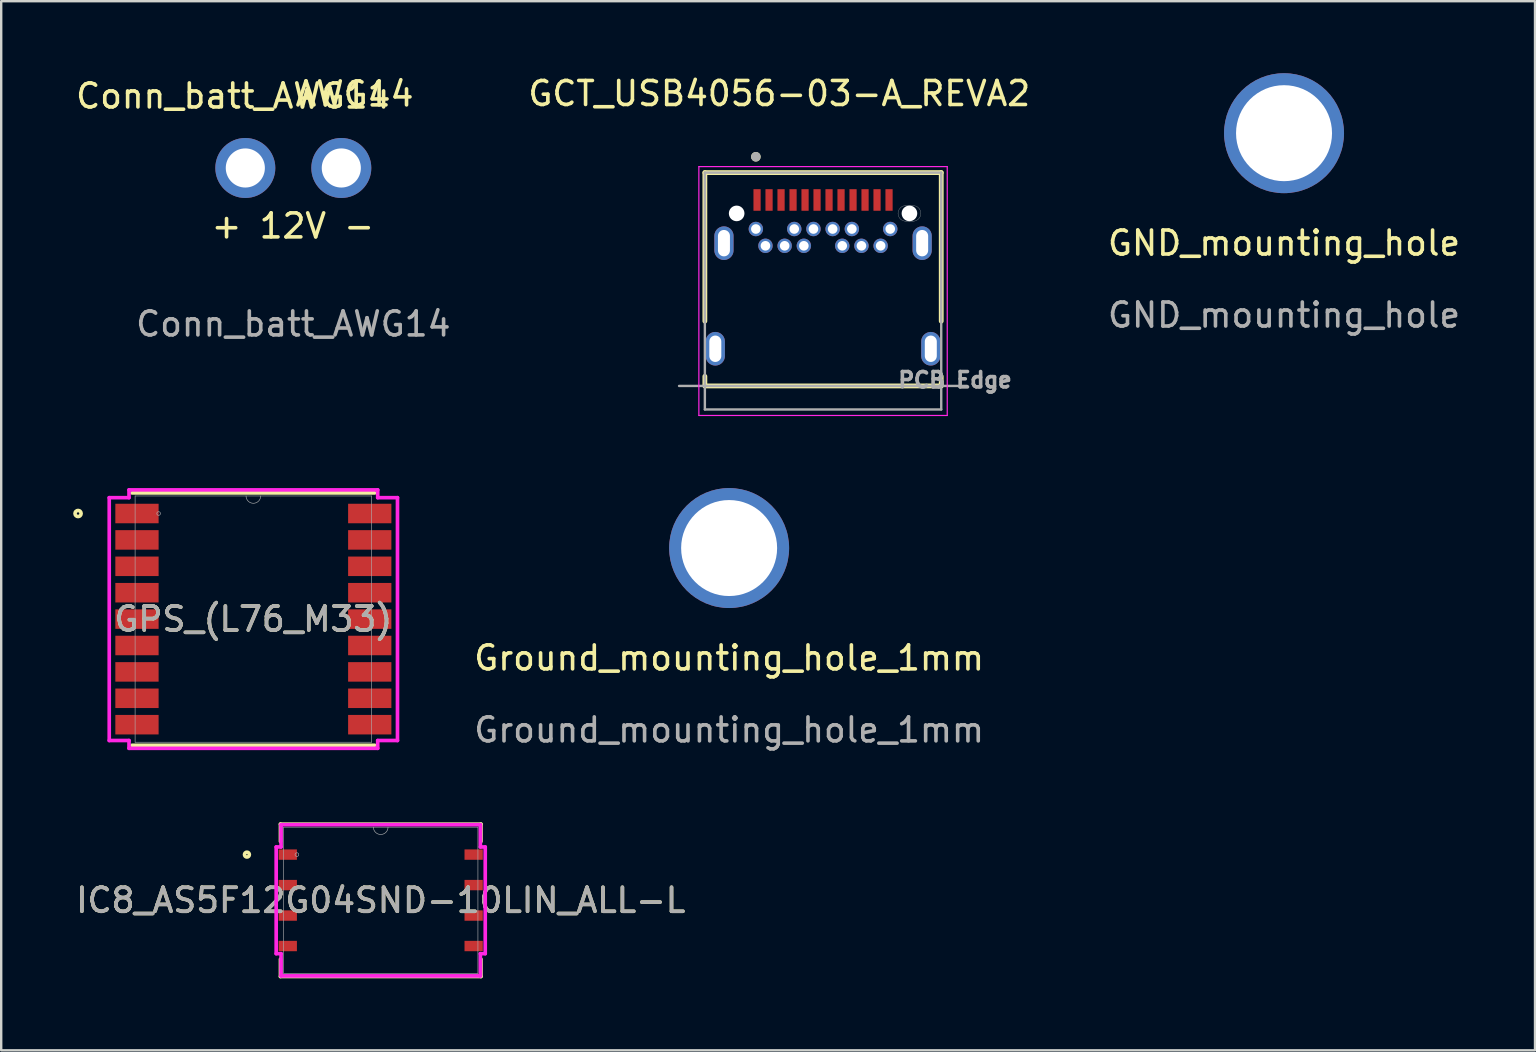
<source format=kicad_pcb>
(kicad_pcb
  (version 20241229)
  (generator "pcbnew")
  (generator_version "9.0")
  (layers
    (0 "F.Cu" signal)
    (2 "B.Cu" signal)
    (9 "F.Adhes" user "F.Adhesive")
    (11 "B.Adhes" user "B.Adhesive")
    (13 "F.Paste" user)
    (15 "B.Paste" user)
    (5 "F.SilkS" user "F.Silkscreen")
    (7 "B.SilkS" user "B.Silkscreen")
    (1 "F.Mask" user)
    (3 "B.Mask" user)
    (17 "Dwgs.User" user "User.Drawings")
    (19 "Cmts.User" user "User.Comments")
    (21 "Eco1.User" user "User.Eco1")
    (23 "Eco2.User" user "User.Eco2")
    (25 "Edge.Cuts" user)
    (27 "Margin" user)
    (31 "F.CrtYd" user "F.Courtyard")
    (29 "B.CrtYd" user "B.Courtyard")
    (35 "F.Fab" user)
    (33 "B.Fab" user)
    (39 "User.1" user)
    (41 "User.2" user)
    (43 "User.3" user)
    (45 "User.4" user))
  (footprint "IC8_AS5F12G04SND-10LIN_ALL-L"
    (layer "F.Cu")
    (at 12.815 34.468)
    (property "Reference" "IC8_AS5F12G04SND-10LIN_ALL-L" (at 0 0 0) (unlocked yes) (layer "F.SilkS") (effects (font (size 1 1) (thickness 0.15))))
    (attr smd)
    (fp_line (start -4.178 -3.175) (end -4.178 -2.454) (stroke (width 0.152) (type solid)) (layer "F.SilkS"))
    (fp_line (start -4.178 2.454) (end -4.178 3.175) (stroke (width 0.152) (type solid)) (layer "F.SilkS"))
    (fp_line (start -4.178 3.175) (end 4.178 3.175) (stroke (width 0.152) (type solid)) (layer "F.SilkS"))
    (fp_line (start 4.178 -3.175) (end -4.178 -3.175) (stroke (width 0.152) (type solid)) (layer "F.SilkS"))
    (fp_line (start 4.178 -2.454) (end 4.178 -3.175) (stroke (width 0.152) (type solid)) (layer "F.SilkS"))
    (fp_line (start 4.178 3.175) (end 4.178 2.454) (stroke (width 0.152) (type solid)) (layer "F.SilkS"))
    (fp_circle (center -5.575 -1.905) (end -5.474 -1.905) (stroke (width 0.152) (type solid)) (fill no) (layer "F.SilkS"))
    (fp_line (start -4.356 -2.223) (end -4.153 -2.223) (stroke (width 0.152) (type solid)) (layer "F.CrtYd"))
    (fp_line (start -4.356 2.223) (end -4.356 -2.223) (stroke (width 0.152) (type solid)) (layer "F.CrtYd"))
    (fp_line (start -4.356 2.223) (end -4.153 2.223) (stroke (width 0.152) (type solid)) (layer "F.CrtYd"))
    (fp_line (start -4.153 -3.15) (end 4.153 -3.15) (stroke (width 0.152) (type solid)) (layer "F.CrtYd"))
    (fp_line (start -4.153 -2.223) (end -4.153 -3.15) (stroke (width 0.152) (type solid)) (layer "F.CrtYd"))
    (fp_line (start -4.153 3.15) (end -4.153 2.223) (stroke (width 0.152) (type solid)) (layer "F.CrtYd"))
    (fp_line (start 4.153 -3.15) (end 4.153 -2.223) (stroke (width 0.152) (type solid)) (layer "F.CrtYd"))
    (fp_line (start 4.153 2.223) (end 4.153 3.15) (stroke (width 0.152) (type solid)) (layer "F.CrtYd"))
    (fp_line (start 4.153 3.15) (end -4.153 3.15) (stroke (width 0.152) (type solid)) (layer "F.CrtYd"))
    (fp_line (start 4.356 -2.223) (end 4.153 -2.223) (stroke (width 0.152) (type solid)) (layer "F.CrtYd"))
    (fp_line (start 4.356 -2.223) (end 4.356 2.223) (stroke (width 0.152) (type solid)) (layer "F.CrtYd"))
    (fp_line (start 4.356 2.223) (end 4.153 2.223) (stroke (width 0.152) (type solid)) (layer "F.CrtYd"))
    (fp_line (start -4.051 -3.048) (end -4.051 3.048) (stroke (width 0.025) (type solid)) (layer "F.Fab"))
    (fp_line (start -4.051 3.048) (end 4.051 3.048) (stroke (width 0.025) (type solid)) (layer "F.Fab"))
    (fp_line (start 4.051 -3.048) (end -4.051 -3.048) (stroke (width 0.025) (type solid)) (layer "F.Fab"))
    (fp_line (start 4.051 3.048) (end 4.051 -3.048) (stroke (width 0.025) (type solid)) (layer "F.Fab"))
    (fp_arc (start 0.3048 -3.048) (mid 0 -2.7432) (end -0.3048 -3.048) (stroke (width 0.0254) (type solid)) (layer "F.Fab"))
    (fp_circle (center -3.493 -1.905) (end -3.416 -1.905) (stroke (width 0.025) (type solid)) (fill no) (layer "F.Fab"))
    (fp_text user "${REFERENCE}" (at 0 0 0) (unlocked yes) (layer "F.Fab") (effects (font (size 1 1) (thickness 0.15))))
    (pad "1" smd rect (at -3.873 -1.905) (size 0.762 0.432) (layers "F.Cu" "F.Mask" "F.Paste"))
    (pad "2" smd rect (at -3.873 -0.635) (size 0.762 0.432) (layers "F.Cu" "F.Mask" "F.Paste"))
    (pad "3" smd rect (at -3.873 0.635) (size 0.762 0.432) (layers "F.Cu" "F.Mask" "F.Paste"))
    (pad "4" smd rect (at -3.873 1.905) (size 0.762 0.432) (layers "F.Cu" "F.Mask" "F.Paste"))
    (pad "5" smd rect (at 3.873 1.905) (size 0.762 0.432) (layers "F.Cu" "F.Mask" "F.Paste"))
    (pad "6" smd rect (at 3.873 0.635) (size 0.762 0.432) (layers "F.Cu" "F.Mask" "F.Paste"))
    (pad "7" smd rect (at 3.873 -0.635) (size 0.762 0.432) (layers "F.Cu" "F.Mask" "F.Paste"))
    (pad "8" smd rect (at 3.873 -1.905) (size 0.762 0.432) (layers "F.Cu" "F.Mask" "F.Paste")))
  (footprint "GCT_USB4056-03-A_REVA2"
    (layer "F.Cu")
    (at 31.248 11.483)
    (property "Reference" "GCT_USB4056-03-A_REVA2" (at -1.825 -10.635 0) (layer "F.SilkS") (effects (font (size 1 1) (thickness 0.15))))
    (attr through_hole)
    (fp_poly (pts (xy 3.025 -5.64) (xy 3.026 -5.662) (xy 3.027 -5.684) (xy 3.03 -5.706) (xy 3.034 -5.728) (xy 3.039 -5.75) (xy 3.046 -5.771) (xy 3.053 -5.792) (xy 3.062 -5.813) (xy 3.071 -5.833) (xy 3.082 -5.853) (xy 3.094 -5.871) (xy 3.106 -5.89) (xy 3.12 -5.907) (xy 3.134 -5.924) (xy 3.149 -5.941) (xy 3.166 -5.956) (xy 3.183 -5.97) (xy 3.2 -5.984) (xy 3.219 -5.996) (xy 3.237 -6.008) (xy 3.257 -6.019) (xy 3.277 -6.028) (xy 3.298 -6.037) (xy 3.319 -6.044) (xy 3.34 -6.051) (xy 3.362 -6.056) (xy 3.384 -6.06) (xy 3.406 -6.063) (xy 3.428 -6.064) (xy 3.45 -6.065) (xy 3.75 -6.065) (xy 3.772 -6.064) (xy 3.794 -6.063) (xy 3.816 -6.06) (xy 3.838 -6.056) (xy 3.86 -6.051) (xy 3.881 -6.044) (xy 3.902 -6.037) (xy 3.923 -6.028) (xy 3.943 -6.019) (xy 3.962 -6.008) (xy 3.981 -5.996) (xy 4 -5.984) (xy 4.017 -5.97) (xy 4.034 -5.956) (xy 4.051 -5.941) (xy 4.066 -5.924) (xy 4.08 -5.907) (xy 4.094 -5.89) (xy 4.106 -5.871) (xy 4.118 -5.853) (xy 4.129 -5.833) (xy 4.138 -5.813) (xy 4.147 -5.792) (xy 4.154 -5.771) (xy 4.161 -5.75) (xy 4.166 -5.728) (xy 4.17 -5.706) (xy 4.173 -5.684) (xy 4.174 -5.662) (xy 4.175 -5.64) (xy 4.174 -5.618) (xy 4.173 -5.596) (xy 4.17 -5.574) (xy 4.166 -5.552) (xy 4.161 -5.53) (xy 4.154 -5.509) (xy 4.147 -5.488) (xy 4.138 -5.467) (xy 4.129 -5.447) (xy 4.118 -5.428) (xy 4.106 -5.409) (xy 4.094 -5.39) (xy 4.08 -5.373) (xy 4.066 -5.356) (xy 4.051 -5.339) (xy 4.034 -5.324) (xy 4.017 -5.31) (xy 4 -5.296) (xy 3.981 -5.284) (xy 3.962 -5.272) (xy 3.943 -5.261) (xy 3.923 -5.252) (xy 3.902 -5.243) (xy 3.881 -5.236) (xy 3.86 -5.229) (xy 3.838 -5.224) (xy 3.816 -5.22) (xy 3.794 -5.217) (xy 3.772 -5.216) (xy 3.75 -5.215) (xy 3.45 -5.215) (xy 3.428 -5.216) (xy 3.406 -5.217) (xy 3.384 -5.22) (xy 3.362 -5.224) (xy 3.34 -5.229) (xy 3.319 -5.236) (xy 3.298 -5.243) (xy 3.277 -5.252) (xy 3.257 -5.261) (xy 3.237 -5.272) (xy 3.219 -5.284) (xy 3.2 -5.296) (xy 3.183 -5.31) (xy 3.166 -5.324) (xy 3.149 -5.339) (xy 3.134 -5.356) (xy 3.12 -5.373) (xy 3.106 -5.39) (xy 3.094 -5.409) (xy 3.082 -5.428) (xy 3.071 -5.447) (xy 3.062 -5.467) (xy 3.053 -5.488) (xy 3.046 -5.509) (xy 3.039 -5.53) (xy 3.034 -5.552) (xy 3.03 -5.574) (xy 3.027 -5.596) (xy 3.026 -5.618) (xy 3.025 -5.64)) (stroke (width 0.01) (type solid)) (fill yes) (layer "F.Mask"))
    (fp_poly (pts (xy 3.025 -5.64) (xy 3.026 -5.662) (xy 3.027 -5.684) (xy 3.03 -5.706) (xy 3.034 -5.728) (xy 3.039 -5.75) (xy 3.046 -5.771) (xy 3.053 -5.792) (xy 3.062 -5.813) (xy 3.071 -5.833) (xy 3.082 -5.853) (xy 3.094 -5.871) (xy 3.106 -5.89) (xy 3.12 -5.907) (xy 3.134 -5.924) (xy 3.149 -5.941) (xy 3.166 -5.956) (xy 3.183 -5.97) (xy 3.2 -5.984) (xy 3.219 -5.996) (xy 3.237 -6.008) (xy 3.257 -6.019) (xy 3.277 -6.028) (xy 3.298 -6.037) (xy 3.319 -6.044) (xy 3.34 -6.051) (xy 3.362 -6.056) (xy 3.384 -6.06) (xy 3.406 -6.063) (xy 3.428 -6.064) (xy 3.45 -6.065) (xy 3.75 -6.065) (xy 3.772 -6.064) (xy 3.794 -6.063) (xy 3.816 -6.06) (xy 3.838 -6.056) (xy 3.86 -6.051) (xy 3.881 -6.044) (xy 3.902 -6.037) (xy 3.923 -6.028) (xy 3.943 -6.019) (xy 3.962 -6.008) (xy 3.981 -5.996) (xy 4 -5.984) (xy 4.017 -5.97) (xy 4.034 -5.956) (xy 4.051 -5.941) (xy 4.066 -5.924) (xy 4.08 -5.907) (xy 4.094 -5.89) (xy 4.106 -5.871) (xy 4.118 -5.853) (xy 4.129 -5.833) (xy 4.138 -5.813) (xy 4.147 -5.792) (xy 4.154 -5.771) (xy 4.161 -5.75) (xy 4.166 -5.728) (xy 4.17 -5.706) (xy 4.173 -5.684) (xy 4.174 -5.662) (xy 4.175 -5.64) (xy 4.174 -5.618) (xy 4.173 -5.596) (xy 4.17 -5.574) (xy 4.166 -5.552) (xy 4.161 -5.53) (xy 4.154 -5.509) (xy 4.147 -5.488) (xy 4.138 -5.467) (xy 4.129 -5.447) (xy 4.118 -5.428) (xy 4.106 -5.409) (xy 4.094 -5.39) (xy 4.08 -5.373) (xy 4.066 -5.356) (xy 4.051 -5.339) (xy 4.034 -5.324) (xy 4.017 -5.31) (xy 4 -5.296) (xy 3.981 -5.284) (xy 3.962 -5.272) (xy 3.943 -5.261) (xy 3.923 -5.252) (xy 3.902 -5.243) (xy 3.881 -5.236) (xy 3.86 -5.229) (xy 3.838 -5.224) (xy 3.816 -5.22) (xy 3.794 -5.217) (xy 3.772 -5.216) (xy 3.75 -5.215) (xy 3.45 -5.215) (xy 3.428 -5.216) (xy 3.406 -5.217) (xy 3.384 -5.22) (xy 3.362 -5.224) (xy 3.34 -5.229) (xy 3.319 -5.236) (xy 3.298 -5.243) (xy 3.277 -5.252) (xy 3.257 -5.261) (xy 3.237 -5.272) (xy 3.219 -5.284) (xy 3.2 -5.296) (xy 3.183 -5.31) (xy 3.166 -5.324) (xy 3.149 -5.339) (xy 3.134 -5.356) (xy 3.12 -5.373) (xy 3.106 -5.39) (xy 3.094 -5.409) (xy 3.082 -5.428) (xy 3.071 -5.447) (xy 3.062 -5.467) (xy 3.053 -5.488) (xy 3.046 -5.509) (xy 3.039 -5.53) (xy 3.034 -5.552) (xy 3.03 -5.574) (xy 3.027 -5.596) (xy 3.026 -5.618) (xy 3.025 -5.64)) (stroke (width 0.01) (type solid)) (fill yes) (layer "B.Mask"))
    (fp_line (start -4.925 -7.34) (end -4.925 -1.15) (stroke (width 0.2) (type solid)) (layer "F.SilkS"))
    (fp_line (start -4.925 -7.34) (end 4.925 -7.34) (stroke (width 0.2) (type solid)) (layer "F.SilkS"))
    (fp_line (start -4.925 1.55) (end -4.925 1.15) (stroke (width 0.2) (type solid)) (layer "F.SilkS"))
    (fp_line (start -4.925 1.55) (end 4.925 1.55) (stroke (width 0.2) (type solid)) (layer "F.SilkS"))
    (fp_line (start 4.925 -1.15) (end 4.925 -7.34) (stroke (width 0.2) (type solid)) (layer "F.SilkS"))
    (fp_line (start 4.925 1.55) (end 4.925 1.15) (stroke (width 0.2) (type solid)) (layer "F.SilkS"))
    (fp_circle (center -2.8 -8) (end -2.7 -8) (stroke (width 0.2) (type solid)) (fill no) (layer "F.SilkS"))
    (fp_line (start 3.45 -5.965) (end 3.75 -5.965) (stroke (width 0.01) (type solid)) (layer "Edge.Cuts"))
    (fp_line (start 3.75 -5.315) (end 3.45 -5.315) (stroke (width 0.01) (type solid)) (layer "Edge.Cuts"))
    (fp_arc (start 3.125 -5.64) (mid 3.22019 -5.86981) (end 3.45 -5.965) (stroke (width 0.01) (type solid)) (layer "Edge.Cuts"))
    (fp_arc (start 3.45 -5.315) (mid 3.22019 -5.41019) (end 3.125 -5.64) (stroke (width 0.01) (type solid)) (layer "Edge.Cuts"))
    (fp_arc (start 3.75 -5.965) (mid 3.97981 -5.86981) (end 4.075 -5.64) (stroke (width 0.01) (type solid)) (layer "Edge.Cuts"))
    (fp_arc (start 4.075 -5.64) (mid 3.97981 -5.41019) (end 3.75 -5.315) (stroke (width 0.01) (type solid)) (layer "Edge.Cuts"))
    (fp_line (start -5.175 -7.59) (end 5.175 -7.59) (stroke (width 0.05) (type solid)) (layer "F.CrtYd"))
    (fp_line (start -5.175 2.78) (end -5.175 -7.59) (stroke (width 0.05) (type solid)) (layer "F.CrtYd"))
    (fp_line (start -5.175 2.78) (end 5.175 2.78) (stroke (width 0.05) (type solid)) (layer "F.CrtYd"))
    (fp_line (start 5.175 2.78) (end 5.175 -7.59) (stroke (width 0.05) (type solid)) (layer "F.CrtYd"))
    (fp_line (start -6 1.55) (end 6 1.55) (stroke (width 0.1) (type solid)) (layer "F.Fab"))
    (fp_line (start -4.925 -7.34) (end 4.925 -7.34) (stroke (width 0.1) (type solid)) (layer "F.Fab"))
    (fp_line (start -4.925 2.53) (end -4.925 -7.34) (stroke (width 0.1) (type solid)) (layer "F.Fab"))
    (fp_line (start -4.925 2.53) (end 4.925 2.53) (stroke (width 0.1) (type solid)) (layer "F.Fab"))
    (fp_line (start 4.925 2.53) (end 4.925 -7.34) (stroke (width 0.1) (type solid)) (layer "F.Fab"))
    (fp_circle (center -2.8 -8) (end -2.7 -8) (stroke (width 0.2) (type solid)) (fill no) (layer "F.Fab"))
    (fp_text user "PCB Edge" (at 5.5 1.3 0) (layer "F.Fab") (effects (font (size 0.64 0.64) (thickness 0.15))))
    (pad "" np_thru_hole circle (at -3.6 -5.64) (size 0.65 0.65) (drill 0.65) (layers "*.Cu" "*.Mask"))
    (pad "" np_thru_hole circle (at 3.6 -5.64) (size 0.65 0.65) (drill 0.65) (layers "*.Cu" "*.Mask"))
    (pad "A1" smd rect (at -2.75 -6.2) (size 0.3 0.9) (layers "F.Cu" "F.Mask" "F.Paste"))
    (pad "A2" smd rect (at -2.25 -6.2) (size 0.3 0.9) (layers "F.Cu" "F.Mask" "F.Paste"))
    (pad "A3" smd rect (at -1.75 -6.2) (size 0.3 0.9) (layers "F.Cu" "F.Mask" "F.Paste"))
    (pad "A4" smd rect (at -1.25 -6.2) (size 0.3 0.9) (layers "F.Cu" "F.Mask" "F.Paste"))
    (pad "A5" smd rect (at -0.75 -6.2) (size 0.3 0.9) (layers "F.Cu" "F.Mask" "F.Paste"))
    (pad "A6" smd rect (at -0.25 -6.2) (size 0.3 0.9) (layers "F.Cu" "F.Mask" "F.Paste"))
    (pad "A7" smd rect (at 0.25 -6.2) (size 0.3 0.9) (layers "F.Cu" "F.Mask" "F.Paste"))
    (pad "A8" smd rect (at 0.75 -6.2) (size 0.3 0.9) (layers "F.Cu" "F.Mask" "F.Paste"))
    (pad "A9" smd rect (at 1.25 -6.2) (size 0.3 0.9) (layers "F.Cu" "F.Mask" "F.Paste"))
    (pad "A10" smd rect (at 1.75 -6.2) (size 0.3 0.9) (layers "F.Cu" "F.Mask" "F.Paste"))
    (pad "A11" smd rect (at 2.25 -6.2) (size 0.3 0.9) (layers "F.Cu" "F.Mask" "F.Paste"))
    (pad "A12" smd rect (at 2.75 -6.2) (size 0.3 0.9) (layers "F.Cu" "F.Mask" "F.Paste"))
    (pad "B1" thru_hole circle (at 2.8 -4.99) (size 0.6 0.6) (drill 0.4) (layers "*.Cu" "*.Mask"))
    (pad "B2" thru_hole circle (at 2.4 -4.29) (size 0.6 0.6) (drill 0.4) (layers "*.Cu" "*.Mask"))
    (pad "B3" thru_hole circle (at 1.6 -4.29) (size 0.6 0.6) (drill 0.4) (layers "*.Cu" "*.Mask"))
    (pad "B4" thru_hole circle (at 1.2 -4.99) (size 0.6 0.6) (drill 0.4) (layers "*.Cu" "*.Mask"))
    (pad "B5" thru_hole circle (at 0.8 -4.29) (size 0.6 0.6) (drill 0.4) (layers "*.Cu" "*.Mask"))
    (pad "B6" thru_hole circle (at 0.4 -4.99) (size 0.6 0.6) (drill 0.4) (layers "*.Cu" "*.Mask"))
    (pad "B7" thru_hole circle (at -0.4 -4.99) (size 0.6 0.6) (drill 0.4) (layers "*.Cu" "*.Mask"))
    (pad "B8" thru_hole circle (at -0.8 -4.29) (size 0.6 0.6) (drill 0.4) (layers "*.Cu" "*.Mask"))
    (pad "B9" thru_hole circle (at -1.2 -4.99) (size 0.6 0.6) (drill 0.4) (layers "*.Cu" "*.Mask"))
    (pad "B10" thru_hole circle (at -1.6 -4.29) (size 0.6 0.6) (drill 0.4) (layers "*.Cu" "*.Mask"))
    (pad "B11" thru_hole circle (at -2.4 -4.29) (size 0.6 0.6) (drill 0.4) (layers "*.Cu" "*.Mask"))
    (pad "B12" thru_hole circle (at -2.8 -4.99) (size 0.6 0.6) (drill 0.4) (layers "*.Cu" "*.Mask"))
    (pad "S1" thru_hole oval (at -4.13 -4.4) (size 0.8 1.4) (drill oval 0.5 1.1) (layers "*.Cu" "*.Mask"))
    (pad "S2" thru_hole oval (at 4.13 -4.4) (size 0.8 1.4) (drill oval 0.5 1.1) (layers "*.Cu" "*.Mask"))
    (pad "S3" thru_hole oval (at -4.49 0) (size 0.8 1.4) (drill oval 0.5 1.1) (layers "*.Cu" "*.Mask"))
    (pad "S4" thru_hole oval (at 4.49 0) (size 0.8 1.4) (drill oval 0.5 1.1) (layers "*.Cu" "*.Mask")))
  (footprint "GND_mounting_hole"
    (layer "F.Cu")
    (at 50.458 7.58)
    (property "Reference" "GND_mounting_hole" (at 0 -0.5 0) (unlocked yes) (layer "F.SilkS") (effects (font (size 1 1) (thickness 0.15))))
    (attr through_hole)
    (fp_text user "${REFERENCE}" (at 0 2.5 0) (unlocked yes) (layer "F.Fab") (effects (font (size 1 1) (thickness 0.15))))
    (pad "1" thru_hole circle (at 0 -5.08) (size 5 5) (drill 4) (layers "*.Cu" "*.Mask")))
  (footprint "Ground_mounting_hole_1mm"
    (layer "F.Cu")
    (at 27.334 24.868)
    (property "Reference" "Ground_mounting_hole_1mm" (at 0 -0.5 0) (unlocked yes) (layer "F.SilkS") (effects (font (size 1 1) (thickness 0.15))))
    (attr through_hole)
    (fp_text user "${REFERENCE}" (at 0 2.5 0) (unlocked yes) (layer "F.Fab") (effects (font (size 1 1) (thickness 0.15))))
    (pad "1" thru_hole circle (at 0 -5.08) (size 5 5) (drill 4) (layers "*.Cu" "*.Mask")))
  (footprint "Conn_batt_AWG14"
    (layer "F.Cu")
    (at 9.173 7.95)
    (property "Reference" "Conn_batt_AWG14" (at -2.5 -7 0) (unlocked yes) (layer "F.SilkS") (effects (font (size 1 1) (thickness 0.15))))
    (attr smd)
    (fp_text user "+ 12V -" (at -3.5 -1 0) (unlocked yes) (layer "F.SilkS") (effects (font (size 1 1) (thickness 0.15)) (justify left bottom)))
    (fp_text user "AWG14" (at 0 -6.5 0) (unlocked yes) (layer "F.SilkS") (effects (font (size 1 1) (thickness 0.15)) (justify left bottom)))
    (fp_text user "${REFERENCE}" (at 0 2.5 0) (unlocked yes) (layer "F.Fab") (effects (font (size 1 1) (thickness 0.15))))
    (pad "1" thru_hole circle (at -2 -4) (size 2.5 2.5) (drill 1.63) (layers "*.Cu" "*.Mask"))
    (pad "2" thru_hole circle (at 2 -4) (size 2.5 2.5) (drill 1.63) (layers "*.Cu" "*.Mask")))
  (footprint "GPS_(L76_M33)"
    (layer "F.Cu")
    (at 7.508 22.749)
    (property "Reference" "GPS_(L76_M33)" (at 0 0 0) (unlocked yes) (layer "F.SilkS") (effects (font (size 1 1) (thickness 0.15))))
    (attr smd)
    (fp_line (start -5.055 5.258) (end 5.055 5.258) (stroke (width 0.152) (type solid)) (layer "F.SilkS"))
    (fp_line (start 5.055 -5.258) (end -5.055 -5.258) (stroke (width 0.152) (type solid)) (layer "F.SilkS"))
    (fp_circle (center -7.305 -4.4) (end -7.178 -4.4) (stroke (width 0.152) (type solid)) (fill no) (layer "F.SilkS"))
    (fp_line (start -6.006 -5.06) (end -5.182 -5.06) (stroke (width 0.152) (type solid)) (layer "F.CrtYd"))
    (fp_line (start -6.006 5.06) (end -6.006 -5.06) (stroke (width 0.152) (type solid)) (layer "F.CrtYd"))
    (fp_line (start -6.006 5.06) (end -5.182 5.06) (stroke (width 0.152) (type solid)) (layer "F.CrtYd"))
    (fp_line (start -5.182 -5.385) (end 5.182 -5.385) (stroke (width 0.152) (type solid)) (layer "F.CrtYd"))
    (fp_line (start -5.182 -5.06) (end -5.182 -5.385) (stroke (width 0.152) (type solid)) (layer "F.CrtYd"))
    (fp_line (start -5.182 5.385) (end -5.182 5.06) (stroke (width 0.152) (type solid)) (layer "F.CrtYd"))
    (fp_line (start 5.182 -5.385) (end 5.182 -5.06) (stroke (width 0.152) (type solid)) (layer "F.CrtYd"))
    (fp_line (start 5.182 5.06) (end 5.182 5.385) (stroke (width 0.152) (type solid)) (layer "F.CrtYd"))
    (fp_line (start 5.182 5.385) (end -5.182 5.385) (stroke (width 0.152) (type solid)) (layer "F.CrtYd"))
    (fp_line (start 6.006 -5.06) (end 5.182 -5.06) (stroke (width 0.152) (type solid)) (layer "F.CrtYd"))
    (fp_line (start 6.006 -5.06) (end 6.006 5.06) (stroke (width 0.152) (type solid)) (layer "F.CrtYd"))
    (fp_line (start 6.006 5.06) (end 5.182 5.06) (stroke (width 0.152) (type solid)) (layer "F.CrtYd"))
    (fp_line (start -4.928 -5.131) (end -4.928 5.131) (stroke (width 0.025) (type solid)) (layer "F.Fab"))
    (fp_line (start -4.928 5.131) (end 4.928 5.131) (stroke (width 0.025) (type solid)) (layer "F.Fab"))
    (fp_line (start 4.928 -5.131) (end -4.928 -5.131) (stroke (width 0.025) (type solid)) (layer "F.Fab"))
    (fp_line (start 4.928 5.131) (end 4.928 -5.131) (stroke (width 0.025) (type solid)) (layer "F.Fab"))
    (fp_arc (start 0.3048 -5.1308) (mid 0 -4.826) (end -0.3048 -5.1308) (stroke (width 0.0254) (type solid)) (layer "F.Fab"))
    (fp_circle (center -3.948 -4.4) (end -3.872 -4.4) (stroke (width 0.025) (type solid)) (fill no) (layer "F.Fab"))
    (fp_text user "${REFERENCE}" (at 0 0 0) (unlocked yes) (layer "F.Fab") (effects (font (size 1 1) (thickness 0.15))))
    (pad "1" smd rect (at -4.85 -4.4) (size 1.803 0.813) (layers "F.Cu" "F.Mask" "F.Paste"))
    (pad "2" smd rect (at -4.85 -3.3) (size 1.803 0.813) (layers "F.Cu" "F.Mask" "F.Paste"))
    (pad "3" smd rect (at -4.85 -2.2) (size 1.803 0.813) (layers "F.Cu" "F.Mask" "F.Paste"))
    (pad "4" smd rect (at -4.85 -1.1) (size 1.803 0.813) (layers "F.Cu" "F.Mask" "F.Paste"))
    (pad "5" smd rect (at -4.85 0) (size 1.803 0.813) (layers "F.Cu" "F.Mask" "F.Paste"))
    (pad "6" smd rect (at -4.85 1.1) (size 1.803 0.813) (layers "F.Cu" "F.Mask" "F.Paste"))
    (pad "7" smd rect (at -4.85 2.2) (size 1.803 0.813) (layers "F.Cu" "F.Mask" "F.Paste"))
    (pad "8" smd rect (at -4.85 3.3) (size 1.803 0.813) (layers "F.Cu" "F.Mask" "F.Paste"))
    (pad "9" smd rect (at -4.85 4.4) (size 1.803 0.813) (layers "F.Cu" "F.Mask" "F.Paste"))
    (pad "10" smd rect (at 4.85 4.4) (size 1.803 0.813) (layers "F.Cu" "F.Mask" "F.Paste"))
    (pad "11" smd rect (at 4.85 3.3) (size 1.803 0.813) (layers "F.Cu" "F.Mask" "F.Paste"))
    (pad "12" smd rect (at 4.85 2.2) (size 1.803 0.813) (layers "F.Cu" "F.Mask" "F.Paste"))
    (pad "13" smd rect (at 4.85 1.1) (size 1.803 0.813) (layers "F.Cu" "F.Mask" "F.Paste"))
    (pad "14" smd rect (at 4.85 0) (size 1.803 0.813) (layers "F.Cu" "F.Mask" "F.Paste"))
    (pad "15" smd rect (at 4.85 -1.1) (size 1.803 0.813) (layers "F.Cu" "F.Mask" "F.Paste"))
    (pad "16" smd rect (at 4.85 -2.2) (size 1.803 0.813) (layers "F.Cu" "F.Mask" "F.Paste"))
    (pad "17" smd rect (at 4.85 -3.3) (size 1.803 0.813) (layers "F.Cu" "F.Mask" "F.Paste"))
    (pad "18" smd rect (at 4.85 -4.4) (size 1.803 0.813) (layers "F.Cu" "F.Mask" "F.Paste")))
  (gr_rect
    (start -3 -3)
    (end 60.917 40.719)
    (stroke (width 0.1) (type default))
    (fill no)
    (layer "Edge.Cuts")))
</source>
